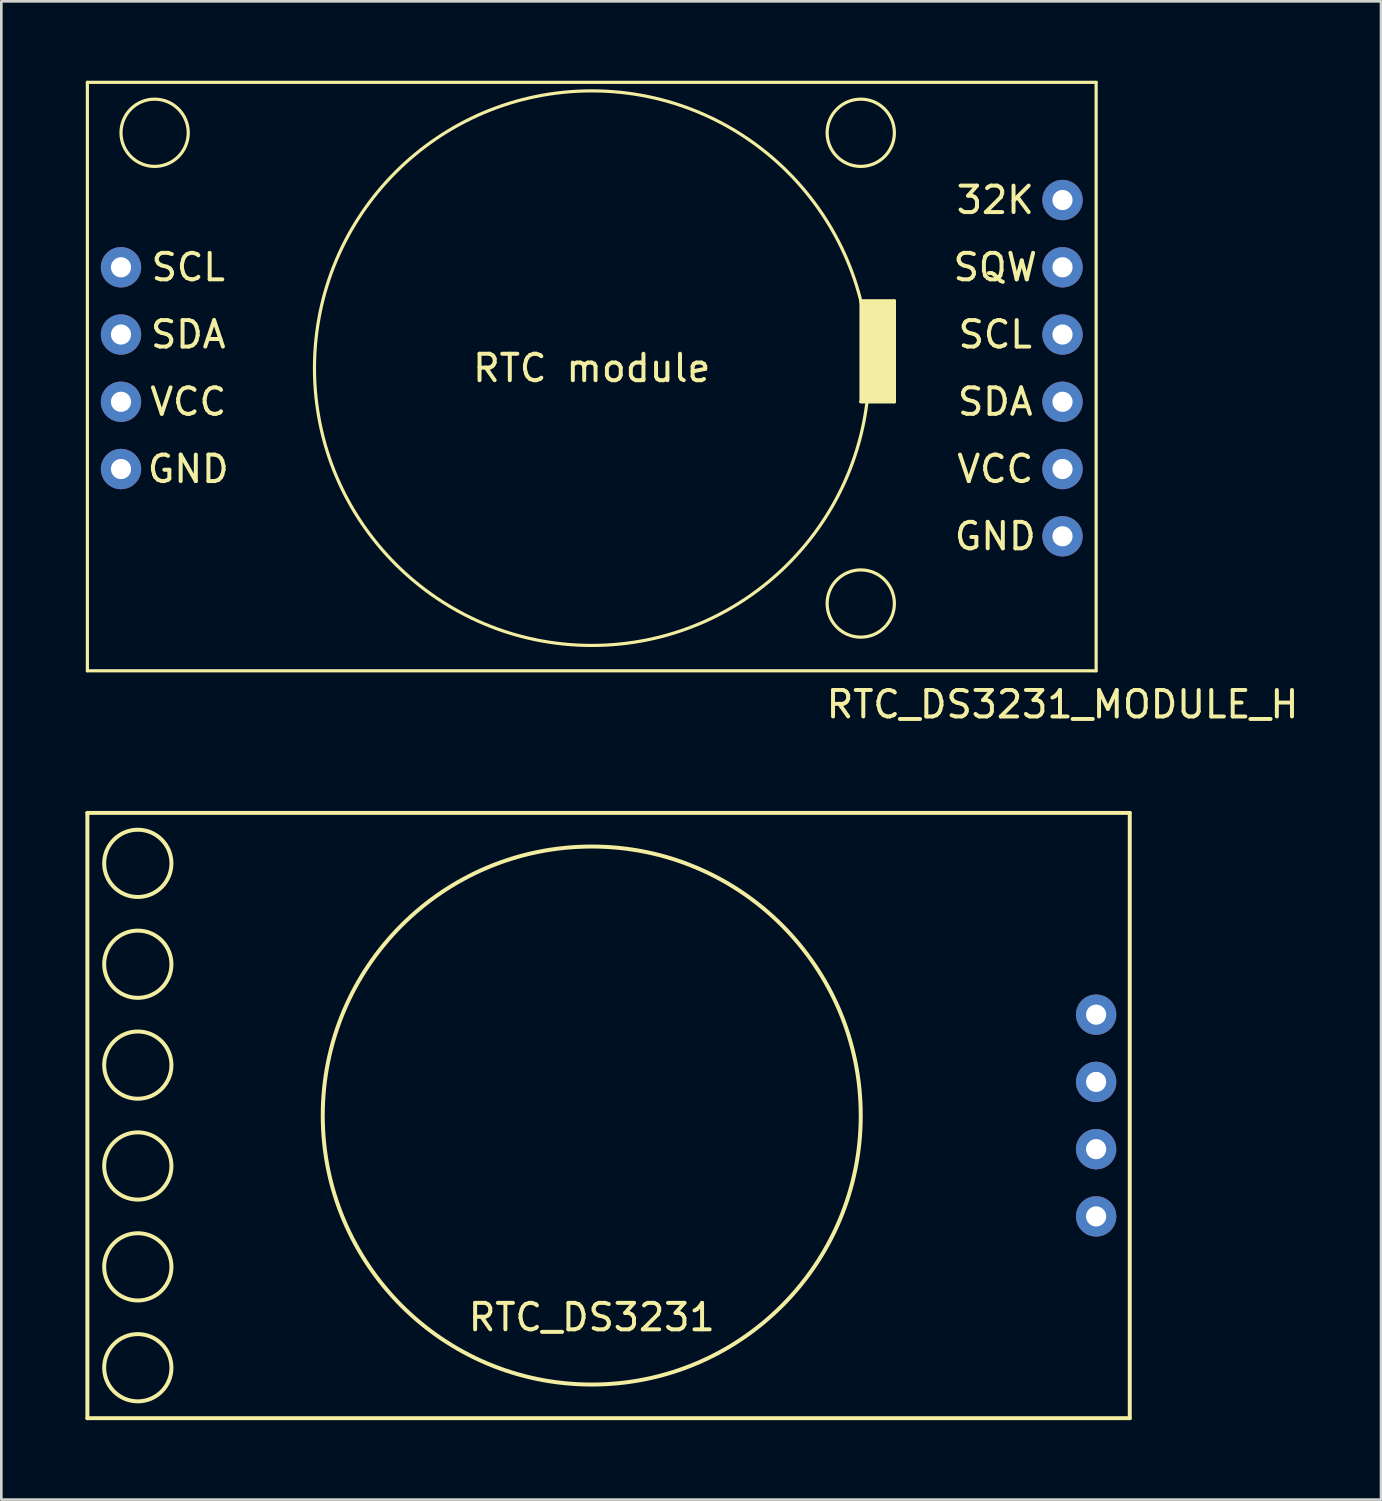
<source format=kicad_pcb>
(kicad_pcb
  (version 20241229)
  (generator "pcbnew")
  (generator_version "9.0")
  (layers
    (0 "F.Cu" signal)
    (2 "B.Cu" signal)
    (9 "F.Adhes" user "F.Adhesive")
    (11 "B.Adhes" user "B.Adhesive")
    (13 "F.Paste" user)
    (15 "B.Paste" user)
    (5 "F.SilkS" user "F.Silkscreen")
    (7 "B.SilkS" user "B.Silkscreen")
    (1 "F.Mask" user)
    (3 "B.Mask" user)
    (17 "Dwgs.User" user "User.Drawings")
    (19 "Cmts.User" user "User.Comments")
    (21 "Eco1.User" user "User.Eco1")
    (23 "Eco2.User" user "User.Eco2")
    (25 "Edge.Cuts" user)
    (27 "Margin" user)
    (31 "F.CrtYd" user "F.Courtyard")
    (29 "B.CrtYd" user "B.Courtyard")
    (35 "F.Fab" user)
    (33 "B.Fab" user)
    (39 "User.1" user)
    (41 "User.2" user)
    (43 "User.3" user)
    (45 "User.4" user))
  (footprint "RTC_DS3231_MODULE_H"
    (layer "F.Cu")
    (at 0.25 22.285)
    (property "Reference" "RTC_DS3231_MODULE_H" (at 36.83 1.27 0) (layer "F.SilkS") (effects (font (size 1 1) (thickness 0.15))))
    (attr through_hole)
    (fp_line (start 0 -22.225) (end 38.1 -22.225) (stroke (width 0.12) (type solid)) (layer "F.SilkS"))
    (fp_line (start 0 0) (end 0 -22.225) (stroke (width 0.12) (type solid)) (layer "F.SilkS"))
    (fp_line (start 29.21 -13.97) (end 30.48 -13.97) (stroke (width 0.12) (type solid)) (layer "F.SilkS"))
    (fp_line (start 30.48 -13.97) (end 30.48 -10.16) (stroke (width 0.12) (type solid)) (layer "F.SilkS"))
    (fp_line (start 30.48 -10.16) (end 29.21 -10.16) (stroke (width 0.12) (type solid)) (layer "F.SilkS"))
    (fp_line (start 38.1 -22.225) (end 38.1 0) (stroke (width 0.12) (type solid)) (layer "F.SilkS"))
    (fp_line (start 38.1 0) (end 0 0) (stroke (width 0.12) (type solid)) (layer "F.SilkS"))
    (fp_circle (center 2.54 -20.32) (end 2.54 -19.05) (stroke (width 0.12) (type solid)) (fill no) (layer "F.SilkS"))
    (fp_circle (center 19.05 -11.43) (end 21.59 -1.27) (stroke (width 0.12) (type solid)) (fill no) (layer "F.SilkS"))
    (fp_circle (center 29.21 -20.32) (end 29.21 -19.05) (stroke (width 0.12) (type solid)) (fill no) (layer "F.SilkS"))
    (fp_circle (center 29.21 -2.54) (end 29.21 -1.27) (stroke (width 0.12) (type solid)) (fill no) (layer "F.SilkS"))
    (fp_poly (pts (xy 30.48 -10.16) (xy 29.21 -10.16) (xy 29.21 -13.97) (xy 30.48 -13.97)) (stroke (width 0.1) (type solid)) (fill yes) (layer "F.SilkS"))
    (fp_text user "RTC module" (at 19.05 -11.43 0) (layer "F.SilkS") (effects (font (size 1 1) (thickness 0.15))))
    (fp_text user "GND" (at 3.81 -7.62 0) (layer "F.SilkS") (effects (font (size 1 1) (thickness 0.15))))
    (fp_text user "SDA" (at 3.81 -12.7 0) (layer "F.SilkS") (effects (font (size 1 1) (thickness 0.15))))
    (fp_text user "GND" (at 34.29 -5.08 0) (layer "F.SilkS") (effects (font (size 1 1) (thickness 0.15))))
    (fp_text user "32K" (at 34.29 -17.78 0) (layer "F.SilkS") (effects (font (size 1 1) (thickness 0.15))))
    (fp_text user "SDA" (at 34.29 -10.16 0) (layer "F.SilkS") (effects (font (size 1 1) (thickness 0.15))))
    (fp_text user "SCL" (at 3.81 -15.24 0) (layer "F.SilkS") (effects (font (size 1 1) (thickness 0.15))))
    (fp_text user "VCC" (at 3.81 -10.16 0) (layer "F.SilkS") (effects (font (size 1 1) (thickness 0.15))))
    (fp_text user "VCC" (at 34.29 -7.62 0) (layer "F.SilkS") (effects (font (size 1 1) (thickness 0.15))))
    (fp_text user "SCL" (at 34.29 -12.7 0) (layer "F.SilkS") (effects (font (size 1 1) (thickness 0.15))))
    (fp_text user "SQW" (at 34.29 -15.24 0) (layer "F.SilkS") (effects (font (size 1 1) (thickness 0.15))))
    (pad "1" thru_hole circle (at 36.83 -5.08) (size 1.524 1.524) (drill 0.762) (layers "*.Cu" "*.Mask"))
    (pad "2" thru_hole circle (at 36.83 -7.62) (size 1.524 1.524) (drill 0.762) (layers "*.Cu" "*.Mask"))
    (pad "3" thru_hole circle (at 36.83 -10.16) (size 1.524 1.524) (drill 0.762) (layers "*.Cu" "*.Mask"))
    (pad "4" thru_hole circle (at 36.83 -12.7) (size 1.524 1.524) (drill 0.762) (layers "*.Cu" "*.Mask"))
    (pad "5" thru_hole circle (at 36.83 -15.24) (size 1.524 1.524) (drill 0.762) (layers "*.Cu" "*.Mask"))
    (pad "6" thru_hole circle (at 36.83 -17.78) (size 1.524 1.524) (drill 0.762) (layers "*.Cu" "*.Mask"))
    (pad "7" thru_hole circle (at 1.27 -15.24) (size 1.524 1.524) (drill 0.762) (layers "*.Cu" "*.Mask"))
    (pad "8" thru_hole circle (at 1.27 -12.7) (size 1.524 1.524) (drill 0.762) (layers "*.Cu" "*.Mask"))
    (pad "9" thru_hole circle (at 1.27 -10.16) (size 1.524 1.524) (drill 0.762) (layers "*.Cu" "*.Mask"))
    (pad "10" thru_hole circle (at 1.27 -7.62) (size 1.524 1.524) (drill 0.762) (layers "*.Cu" "*.Mask")))
  (footprint "RTC_DS3231"
    (layer "F.Cu")
    (at 0.25 27.653)
    (property "Reference" "RTC_DS3231" (at 19.05 19.05 0) (layer "F.SilkS") (effects (font (size 1 1) (thickness 0.15))))
    (attr through_hole)
    (fp_line (start 0 0) (end 0 22.86) (stroke (width 0.15) (type solid)) (layer "F.SilkS"))
    (fp_line (start 0 0) (end 39.37 0) (stroke (width 0.15) (type solid)) (layer "F.SilkS"))
    (fp_line (start 0 22.86) (end 39.37 22.86) (stroke (width 0.15) (type solid)) (layer "F.SilkS"))
    (fp_line (start 39.37 0) (end 39.37 22.86) (stroke (width 0.15) (type solid)) (layer "F.SilkS"))
    (fp_circle (center 1.905 1.905) (end 1.905 0.635) (stroke (width 0.15) (type solid)) (fill no) (layer "F.SilkS"))
    (fp_circle (center 1.905 5.715) (end 1.905 4.445) (stroke (width 0.15) (type solid)) (fill no) (layer "F.SilkS"))
    (fp_circle (center 1.905 9.525) (end 1.905 8.255) (stroke (width 0.15) (type solid)) (fill no) (layer "F.SilkS"))
    (fp_circle (center 1.905 13.335) (end 1.905 12.065) (stroke (width 0.15) (type solid)) (fill no) (layer "F.SilkS"))
    (fp_circle (center 1.905 17.145) (end 1.905 15.875) (stroke (width 0.15) (type solid)) (fill no) (layer "F.SilkS"))
    (fp_circle (center 1.905 20.955) (end 1.905 19.685) (stroke (width 0.15) (type solid)) (fill no) (layer "F.SilkS"))
    (fp_circle (center 19.05 11.43) (end 19.05 21.59) (stroke (width 0.15) (type solid)) (fill no) (layer "F.SilkS"))
    (pad "1" thru_hole circle (at 38.1 7.62) (size 1.524 1.524) (drill 0.762) (layers "*.Cu" "*.Mask"))
    (pad "2" thru_hole circle (at 38.1 10.16) (size 1.524 1.524) (drill 0.762) (layers "*.Cu" "*.Mask"))
    (pad "3" thru_hole circle (at 38.1 12.7) (size 1.524 1.524) (drill 0.762) (layers "*.Cu" "*.Mask"))
    (pad "4" thru_hole circle (at 38.1 15.24) (size 1.524 1.524) (drill 0.762) (layers "*.Cu" "*.Mask")))
  (gr_rect
    (start -3 -3)
    (end 49.11 53.588)
    (stroke (width 0.1) (type default))
    (fill no)
    (layer "Edge.Cuts")))
</source>
